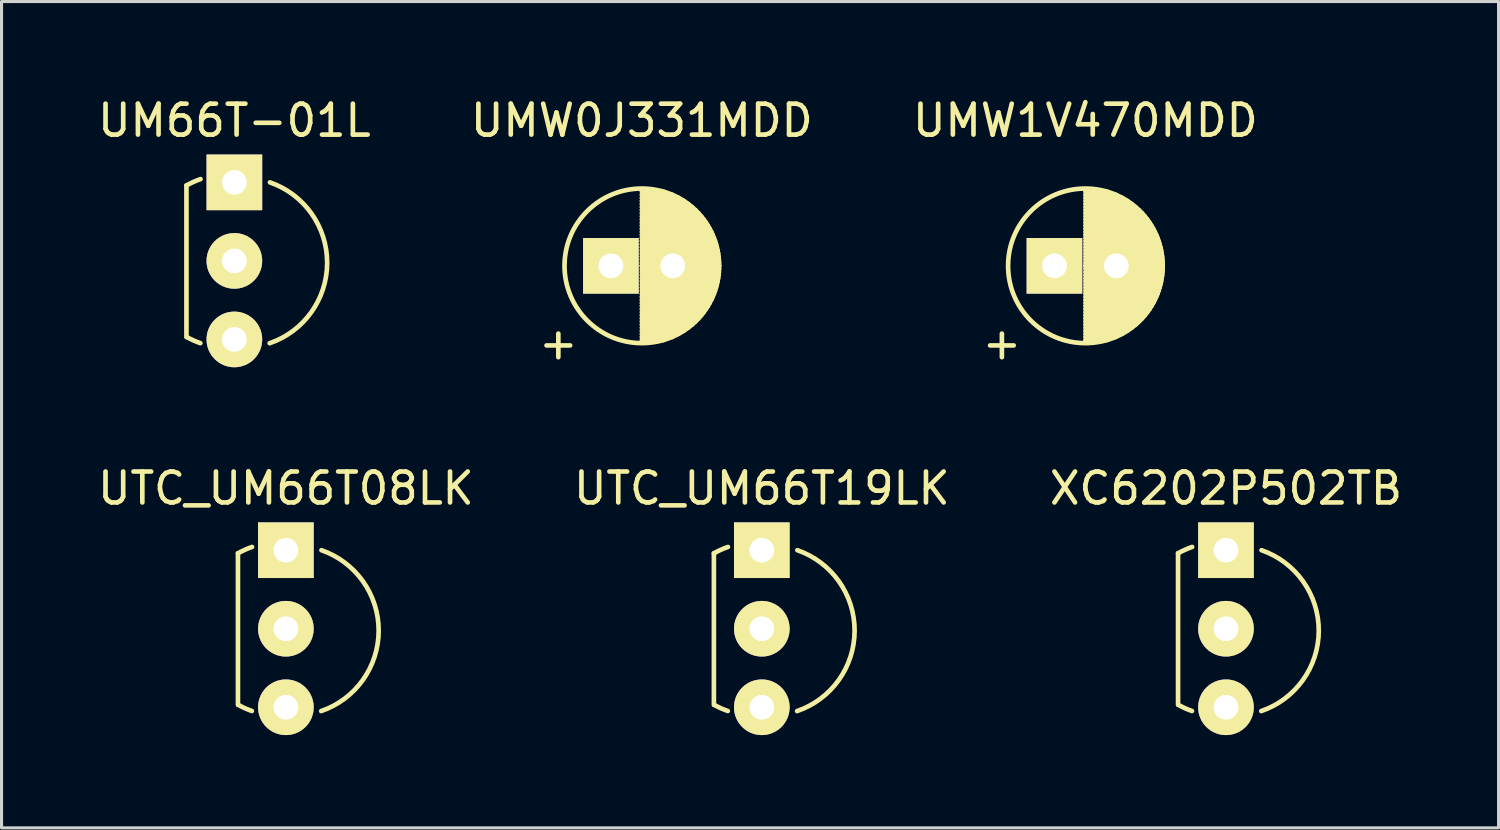
<source format=kicad_pcb>
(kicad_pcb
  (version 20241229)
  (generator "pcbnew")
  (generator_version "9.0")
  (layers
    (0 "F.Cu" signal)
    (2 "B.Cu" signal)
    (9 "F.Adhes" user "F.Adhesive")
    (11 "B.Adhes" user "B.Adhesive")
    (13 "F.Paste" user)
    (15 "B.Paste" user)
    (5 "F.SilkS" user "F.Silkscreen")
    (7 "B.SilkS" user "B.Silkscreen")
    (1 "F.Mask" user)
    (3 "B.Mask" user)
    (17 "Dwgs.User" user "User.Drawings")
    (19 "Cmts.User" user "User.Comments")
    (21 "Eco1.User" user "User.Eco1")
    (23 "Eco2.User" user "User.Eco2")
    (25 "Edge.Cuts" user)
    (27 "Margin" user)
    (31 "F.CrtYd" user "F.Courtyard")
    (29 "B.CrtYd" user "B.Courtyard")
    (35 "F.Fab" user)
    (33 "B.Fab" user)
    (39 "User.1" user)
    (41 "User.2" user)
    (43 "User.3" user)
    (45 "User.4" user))
  (footprint "XC6202P502TB"
    (layer "F.Cu")
    (at 36.601 14.745)
    (property "Reference" "XC6202P502TB" (at 0 -2 0) (layer "F.SilkS") (effects (font (size 1 1) (thickness 0.15))))
    (attr through_hole)
    (fp_line (start -1.55 5) (end -1.55 0.1) (stroke (width 0.15) (type solid)) (layer "F.SilkS"))
    (fp_arc (start -1.55 0.1) (mid -1.326783 -0.012505) (end -1.09461 -0.105127) (stroke (width 0.15) (type solid)) (layer "F.SilkS"))
    (fp_arc (start -1.1 5.2) (mid -1.32318 5.111666) (end -1.537812 5.004217) (stroke (width 0.15) (type solid)) (layer "F.SilkS"))
    (fp_arc (start 1.15 0) (mid 3.00136 2.60449) (end 1.14151 5.202923) (stroke (width 0.15) (type solid)) (layer "F.SilkS"))
    (pad "1" thru_hole rect (at 0 0) (size 1.8 1.8) (drill 0.8) (layers "*.Cu" "*.Mask" "F.SilkS"))
    (pad "2" thru_hole circle (at 0 2.54) (size 1.8 1.8) (drill 0.8) (layers "*.Cu" "*.Mask" "F.SilkS"))
    (pad "3" thru_hole circle (at 0 5.08) (size 1.8 1.8) (drill 0.8) (layers "*.Cu" "*.Mask" "F.SilkS")))
  (footprint "UMW1V470MDD"
    (layer "F.Cu")
    (at 31.054 5.548)
    (property "Reference" "UMW1V470MDD" (at 1 -4.7 0) (layer "F.SilkS") (effects (font (size 1 1) (thickness 0.15))))
    (attr through_hole)
    (fp_line (start 1 -2.4) (end 1.7 -2.4) (stroke (width 0.15) (type solid)) (layer "F.SilkS"))
    (fp_line (start 1 -2.3) (end 1.98 -2.3) (stroke (width 0.15) (type solid)) (layer "F.SilkS"))
    (fp_line (start 1 -2.2) (end 2.187 -2.2) (stroke (width 0.15) (type solid)) (layer "F.SilkS"))
    (fp_line (start 1 -2.1) (end 2.356 -2.1) (stroke (width 0.15) (type solid)) (layer "F.SilkS"))
    (fp_line (start 1 -2) (end 2.5 -2) (stroke (width 0.15) (type solid)) (layer "F.SilkS"))
    (fp_line (start 1 -1.9) (end 2.625 -1.9) (stroke (width 0.15) (type solid)) (layer "F.SilkS"))
    (fp_line (start 1 -1.8) (end 2.735 -1.8) (stroke (width 0.15) (type solid)) (layer "F.SilkS"))
    (fp_line (start 1 -1.7) (end 2.833 -1.7) (stroke (width 0.15) (type solid)) (layer "F.SilkS"))
    (fp_line (start 1 -1.6) (end 2.921 -1.6) (stroke (width 0.15) (type solid)) (layer "F.SilkS"))
    (fp_line (start 1 -1.5) (end 3 -1.5) (stroke (width 0.15) (type solid)) (layer "F.SilkS"))
    (fp_line (start 1 -1.4) (end 3.071 -1.4) (stroke (width 0.15) (type solid)) (layer "F.SilkS"))
    (fp_line (start 1 -1.3) (end 3.135 -1.3) (stroke (width 0.15) (type solid)) (layer "F.SilkS"))
    (fp_line (start 1 -1.2) (end 3.193 -1.2) (stroke (width 0.15) (type solid)) (layer "F.SilkS"))
    (fp_line (start 1 -1.1) (end 3.245 -1.1) (stroke (width 0.15) (type solid)) (layer "F.SilkS"))
    (fp_line (start 1 -1) (end 3.291 -1) (stroke (width 0.15) (type solid)) (layer "F.SilkS"))
    (fp_line (start 1 -0.9) (end 3.332 -0.9) (stroke (width 0.15) (type solid)) (layer "F.SilkS"))
    (fp_line (start 1 -0.8) (end 3.369 -0.8) (stroke (width 0.15) (type solid)) (layer "F.SilkS"))
    (fp_line (start 1 -0.7) (end 3.4 -0.7) (stroke (width 0.15) (type solid)) (layer "F.SilkS"))
    (fp_line (start 1 -0.6) (end 3.427 -0.6) (stroke (width 0.15) (type solid)) (layer "F.SilkS"))
    (fp_line (start 1 -0.5) (end 3.449 -0.5) (stroke (width 0.15) (type solid)) (layer "F.SilkS"))
    (fp_line (start 1 -0.4) (end 3.468 -0.4) (stroke (width 0.15) (type solid)) (layer "F.SilkS"))
    (fp_line (start 1 -0.3) (end 3.482 -0.3) (stroke (width 0.15) (type solid)) (layer "F.SilkS"))
    (fp_line (start 1 -0.2) (end 3.492 -0.2) (stroke (width 0.15) (type solid)) (layer "F.SilkS"))
    (fp_line (start 1 -0.1) (end 3.498 -0.1) (stroke (width 0.15) (type solid)) (layer "F.SilkS"))
    (fp_line (start 1 0) (end 3.5 0) (stroke (width 0.15) (type solid)) (layer "F.SilkS"))
    (fp_line (start 1 0) (end 3.5 0) (stroke (width 0.15) (type solid)) (layer "F.SilkS"))
    (fp_line (start 1 0.1) (end 3.498 0.1) (stroke (width 0.15) (type solid)) (layer "F.SilkS"))
    (fp_line (start 1 0.2) (end 3.492 0.2) (stroke (width 0.15) (type solid)) (layer "F.SilkS"))
    (fp_line (start 1 0.3) (end 3.482 0.3) (stroke (width 0.15) (type solid)) (layer "F.SilkS"))
    (fp_line (start 1 0.4) (end 3.468 0.4) (stroke (width 0.15) (type solid)) (layer "F.SilkS"))
    (fp_line (start 1 0.5) (end 3.449 0.5) (stroke (width 0.15) (type solid)) (layer "F.SilkS"))
    (fp_line (start 1 0.6) (end 3.427 0.6) (stroke (width 0.15) (type solid)) (layer "F.SilkS"))
    (fp_line (start 1 0.7) (end 3.4 0.7) (stroke (width 0.15) (type solid)) (layer "F.SilkS"))
    (fp_line (start 1 0.8) (end 3.369 0.8) (stroke (width 0.15) (type solid)) (layer "F.SilkS"))
    (fp_line (start 1 0.9) (end 3.332 0.9) (stroke (width 0.15) (type solid)) (layer "F.SilkS"))
    (fp_line (start 1 1) (end 3.291 1) (stroke (width 0.15) (type solid)) (layer "F.SilkS"))
    (fp_line (start 1 1.1) (end 3.245 1.1) (stroke (width 0.15) (type solid)) (layer "F.SilkS"))
    (fp_line (start 1 1.2) (end 3.193 1.2) (stroke (width 0.15) (type solid)) (layer "F.SilkS"))
    (fp_line (start 1 1.3) (end 3.135 1.3) (stroke (width 0.15) (type solid)) (layer "F.SilkS"))
    (fp_line (start 1 1.4) (end 3.071 1.4) (stroke (width 0.15) (type solid)) (layer "F.SilkS"))
    (fp_line (start 1 1.5) (end 3 1.5) (stroke (width 0.15) (type solid)) (layer "F.SilkS"))
    (fp_line (start 1 1.6) (end 2.921 1.6) (stroke (width 0.15) (type solid)) (layer "F.SilkS"))
    (fp_line (start 1 1.7) (end 2.833 1.7) (stroke (width 0.15) (type solid)) (layer "F.SilkS"))
    (fp_line (start 1 1.8) (end 2.735 1.8) (stroke (width 0.15) (type solid)) (layer "F.SilkS"))
    (fp_line (start 1 1.9) (end 2.625 1.9) (stroke (width 0.15) (type solid)) (layer "F.SilkS"))
    (fp_line (start 1 2) (end 2.5 2) (stroke (width 0.15) (type solid)) (layer "F.SilkS"))
    (fp_line (start 1 2.1) (end 2.356 2.1) (stroke (width 0.15) (type solid)) (layer "F.SilkS"))
    (fp_line (start 1 2.2) (end 2.187 2.2) (stroke (width 0.15) (type solid)) (layer "F.SilkS"))
    (fp_line (start 1 2.3) (end 1.98 2.3) (stroke (width 0.15) (type solid)) (layer "F.SilkS"))
    (fp_line (start 1 2.4) (end 1.7 2.4) (stroke (width 0.15) (type solid)) (layer "F.SilkS"))
    (fp_circle (center 1 0) (end 1 -2.5) (stroke (width 0.15) (type solid)) (fill no) (layer "F.SilkS"))
    (fp_text user "+" (at -1.7 2.5 0) (layer "F.SilkS") (effects (font (size 1 1) (thickness 0.15))))
    (pad "1" thru_hole rect (at 0 0) (size 1.8 1.8) (drill 0.8) (layers "*.Cu" "*.Mask" "F.SilkS"))
    (pad "2" thru_hole circle (at 2 0) (size 1.8 1.8) (drill 0.8) (layers "*.Cu" "*.Mask" "F.SilkS")))
  (footprint "UM66T-01L"
    (layer "F.Cu")
    (at 4.53 2.848)
    (property "Reference" "UM66T-01L" (at 0 -2 0) (layer "F.SilkS") (effects (font (size 1 1) (thickness 0.15))))
    (attr through_hole)
    (fp_line (start -1.55 5) (end -1.55 0.1) (stroke (width 0.15) (type solid)) (layer "F.SilkS"))
    (fp_arc (start -1.55 0.1) (mid -1.326783 -0.012505) (end -1.09461 -0.105127) (stroke (width 0.15) (type solid)) (layer "F.SilkS"))
    (fp_arc (start -1.1 5.2) (mid -1.32318 5.111666) (end -1.537812 5.004217) (stroke (width 0.15) (type solid)) (layer "F.SilkS"))
    (fp_arc (start 1.15 0) (mid 3.00136 2.60449) (end 1.14151 5.202923) (stroke (width 0.15) (type solid)) (layer "F.SilkS"))
    (pad "1" thru_hole rect (at 0 0) (size 1.8 1.8) (drill 0.8) (layers "*.Cu" "*.Mask" "F.SilkS"))
    (pad "2" thru_hole circle (at 0 2.54) (size 1.8 1.8) (drill 0.8) (layers "*.Cu" "*.Mask" "F.SilkS"))
    (pad "3" thru_hole circle (at 0 5.08) (size 1.8 1.8) (drill 0.8) (layers "*.Cu" "*.Mask" "F.SilkS")))
  (footprint "UTC_UM66T08LK"
    (layer "F.Cu")
    (at 6.196 14.745)
    (property "Reference" "UTC_UM66T08LK" (at 0 -2 0) (layer "F.SilkS") (effects (font (size 1 1) (thickness 0.15))))
    (attr through_hole)
    (fp_line (start -1.55 5) (end -1.55 0.1) (stroke (width 0.15) (type solid)) (layer "F.SilkS"))
    (fp_arc (start -1.55 0.1) (mid -1.326783 -0.012505) (end -1.09461 -0.105127) (stroke (width 0.15) (type solid)) (layer "F.SilkS"))
    (fp_arc (start -1.1 5.2) (mid -1.32318 5.111666) (end -1.537812 5.004217) (stroke (width 0.15) (type solid)) (layer "F.SilkS"))
    (fp_arc (start 1.15 0) (mid 3.00136 2.60449) (end 1.14151 5.202923) (stroke (width 0.15) (type solid)) (layer "F.SilkS"))
    (pad "1" thru_hole rect (at 0 0) (size 1.8 1.8) (drill 0.8) (layers "*.Cu" "*.Mask" "F.SilkS"))
    (pad "2" thru_hole circle (at 0 2.54) (size 1.8 1.8) (drill 0.8) (layers "*.Cu" "*.Mask" "F.SilkS"))
    (pad "3" thru_hole circle (at 0 5.08) (size 1.8 1.8) (drill 0.8) (layers "*.Cu" "*.Mask" "F.SilkS")))
  (footprint "UMW0J331MDD"
    (layer "F.Cu")
    (at 16.708 5.548)
    (property "Reference" "UMW0J331MDD" (at 1 -4.7 0) (layer "F.SilkS") (effects (font (size 1 1) (thickness 0.15))))
    (attr through_hole)
    (fp_line (start 1 -2.4) (end 1.7 -2.4) (stroke (width 0.15) (type solid)) (layer "F.SilkS"))
    (fp_line (start 1 -2.3) (end 1.98 -2.3) (stroke (width 0.15) (type solid)) (layer "F.SilkS"))
    (fp_line (start 1 -2.2) (end 2.187 -2.2) (stroke (width 0.15) (type solid)) (layer "F.SilkS"))
    (fp_line (start 1 -2.1) (end 2.356 -2.1) (stroke (width 0.15) (type solid)) (layer "F.SilkS"))
    (fp_line (start 1 -2) (end 2.5 -2) (stroke (width 0.15) (type solid)) (layer "F.SilkS"))
    (fp_line (start 1 -1.9) (end 2.625 -1.9) (stroke (width 0.15) (type solid)) (layer "F.SilkS"))
    (fp_line (start 1 -1.8) (end 2.735 -1.8) (stroke (width 0.15) (type solid)) (layer "F.SilkS"))
    (fp_line (start 1 -1.7) (end 2.833 -1.7) (stroke (width 0.15) (type solid)) (layer "F.SilkS"))
    (fp_line (start 1 -1.6) (end 2.921 -1.6) (stroke (width 0.15) (type solid)) (layer "F.SilkS"))
    (fp_line (start 1 -1.5) (end 3 -1.5) (stroke (width 0.15) (type solid)) (layer "F.SilkS"))
    (fp_line (start 1 -1.4) (end 3.071 -1.4) (stroke (width 0.15) (type solid)) (layer "F.SilkS"))
    (fp_line (start 1 -1.3) (end 3.135 -1.3) (stroke (width 0.15) (type solid)) (layer "F.SilkS"))
    (fp_line (start 1 -1.2) (end 3.193 -1.2) (stroke (width 0.15) (type solid)) (layer "F.SilkS"))
    (fp_line (start 1 -1.1) (end 3.245 -1.1) (stroke (width 0.15) (type solid)) (layer "F.SilkS"))
    (fp_line (start 1 -1) (end 3.291 -1) (stroke (width 0.15) (type solid)) (layer "F.SilkS"))
    (fp_line (start 1 -0.9) (end 3.332 -0.9) (stroke (width 0.15) (type solid)) (layer "F.SilkS"))
    (fp_line (start 1 -0.8) (end 3.369 -0.8) (stroke (width 0.15) (type solid)) (layer "F.SilkS"))
    (fp_line (start 1 -0.7) (end 3.4 -0.7) (stroke (width 0.15) (type solid)) (layer "F.SilkS"))
    (fp_line (start 1 -0.6) (end 3.427 -0.6) (stroke (width 0.15) (type solid)) (layer "F.SilkS"))
    (fp_line (start 1 -0.5) (end 3.449 -0.5) (stroke (width 0.15) (type solid)) (layer "F.SilkS"))
    (fp_line (start 1 -0.4) (end 3.468 -0.4) (stroke (width 0.15) (type solid)) (layer "F.SilkS"))
    (fp_line (start 1 -0.3) (end 3.482 -0.3) (stroke (width 0.15) (type solid)) (layer "F.SilkS"))
    (fp_line (start 1 -0.2) (end 3.492 -0.2) (stroke (width 0.15) (type solid)) (layer "F.SilkS"))
    (fp_line (start 1 -0.1) (end 3.498 -0.1) (stroke (width 0.15) (type solid)) (layer "F.SilkS"))
    (fp_line (start 1 0) (end 3.5 0) (stroke (width 0.15) (type solid)) (layer "F.SilkS"))
    (fp_line (start 1 0) (end 3.5 0) (stroke (width 0.15) (type solid)) (layer "F.SilkS"))
    (fp_line (start 1 0.1) (end 3.498 0.1) (stroke (width 0.15) (type solid)) (layer "F.SilkS"))
    (fp_line (start 1 0.2) (end 3.492 0.2) (stroke (width 0.15) (type solid)) (layer "F.SilkS"))
    (fp_line (start 1 0.3) (end 3.482 0.3) (stroke (width 0.15) (type solid)) (layer "F.SilkS"))
    (fp_line (start 1 0.4) (end 3.468 0.4) (stroke (width 0.15) (type solid)) (layer "F.SilkS"))
    (fp_line (start 1 0.5) (end 3.449 0.5) (stroke (width 0.15) (type solid)) (layer "F.SilkS"))
    (fp_line (start 1 0.6) (end 3.427 0.6) (stroke (width 0.15) (type solid)) (layer "F.SilkS"))
    (fp_line (start 1 0.7) (end 3.4 0.7) (stroke (width 0.15) (type solid)) (layer "F.SilkS"))
    (fp_line (start 1 0.8) (end 3.369 0.8) (stroke (width 0.15) (type solid)) (layer "F.SilkS"))
    (fp_line (start 1 0.9) (end 3.332 0.9) (stroke (width 0.15) (type solid)) (layer "F.SilkS"))
    (fp_line (start 1 1) (end 3.291 1) (stroke (width 0.15) (type solid)) (layer "F.SilkS"))
    (fp_line (start 1 1.1) (end 3.245 1.1) (stroke (width 0.15) (type solid)) (layer "F.SilkS"))
    (fp_line (start 1 1.2) (end 3.193 1.2) (stroke (width 0.15) (type solid)) (layer "F.SilkS"))
    (fp_line (start 1 1.3) (end 3.135 1.3) (stroke (width 0.15) (type solid)) (layer "F.SilkS"))
    (fp_line (start 1 1.4) (end 3.071 1.4) (stroke (width 0.15) (type solid)) (layer "F.SilkS"))
    (fp_line (start 1 1.5) (end 3 1.5) (stroke (width 0.15) (type solid)) (layer "F.SilkS"))
    (fp_line (start 1 1.6) (end 2.921 1.6) (stroke (width 0.15) (type solid)) (layer "F.SilkS"))
    (fp_line (start 1 1.7) (end 2.833 1.7) (stroke (width 0.15) (type solid)) (layer "F.SilkS"))
    (fp_line (start 1 1.8) (end 2.735 1.8) (stroke (width 0.15) (type solid)) (layer "F.SilkS"))
    (fp_line (start 1 1.9) (end 2.625 1.9) (stroke (width 0.15) (type solid)) (layer "F.SilkS"))
    (fp_line (start 1 2) (end 2.5 2) (stroke (width 0.15) (type solid)) (layer "F.SilkS"))
    (fp_line (start 1 2.1) (end 2.356 2.1) (stroke (width 0.15) (type solid)) (layer "F.SilkS"))
    (fp_line (start 1 2.2) (end 2.187 2.2) (stroke (width 0.15) (type solid)) (layer "F.SilkS"))
    (fp_line (start 1 2.3) (end 1.98 2.3) (stroke (width 0.15) (type solid)) (layer "F.SilkS"))
    (fp_line (start 1 2.4) (end 1.7 2.4) (stroke (width 0.15) (type solid)) (layer "F.SilkS"))
    (fp_circle (center 1 0) (end 1 -2.5) (stroke (width 0.15) (type solid)) (fill no) (layer "F.SilkS"))
    (fp_text user "+" (at -1.7 2.5 0) (layer "F.SilkS") (effects (font (size 1 1) (thickness 0.15))))
    (pad "1" thru_hole rect (at 0 0) (size 1.8 1.8) (drill 0.8) (layers "*.Cu" "*.Mask" "F.SilkS"))
    (pad "2" thru_hole circle (at 2 0) (size 1.8 1.8) (drill 0.8) (layers "*.Cu" "*.Mask" "F.SilkS")))
  (footprint "UTC_UM66T19LK"
    (layer "F.Cu")
    (at 21.589 14.745)
    (property "Reference" "UTC_UM66T19LK" (at 0 -2 0) (layer "F.SilkS") (effects (font (size 1 1) (thickness 0.15))))
    (attr through_hole)
    (fp_line (start -1.55 5) (end -1.55 0.1) (stroke (width 0.15) (type solid)) (layer "F.SilkS"))
    (fp_arc (start -1.55 0.1) (mid -1.326783 -0.012505) (end -1.09461 -0.105127) (stroke (width 0.15) (type solid)) (layer "F.SilkS"))
    (fp_arc (start -1.1 5.2) (mid -1.32318 5.111666) (end -1.537812 5.004217) (stroke (width 0.15) (type solid)) (layer "F.SilkS"))
    (fp_arc (start 1.15 0) (mid 3.00136 2.60449) (end 1.14151 5.202923) (stroke (width 0.15) (type solid)) (layer "F.SilkS"))
    (pad "1" thru_hole rect (at 0 0) (size 1.8 1.8) (drill 0.8) (layers "*.Cu" "*.Mask" "F.SilkS"))
    (pad "2" thru_hole circle (at 0 2.54) (size 1.8 1.8) (drill 0.8) (layers "*.Cu" "*.Mask" "F.SilkS"))
    (pad "3" thru_hole circle (at 0 5.08) (size 1.8 1.8) (drill 0.8) (layers "*.Cu" "*.Mask" "F.SilkS")))
  (gr_rect
    (start -3 -3)
    (end 45.417 23.725)
    (stroke (width 0.1) (type default))
    (fill no)
    (layer "Edge.Cuts")))
</source>
